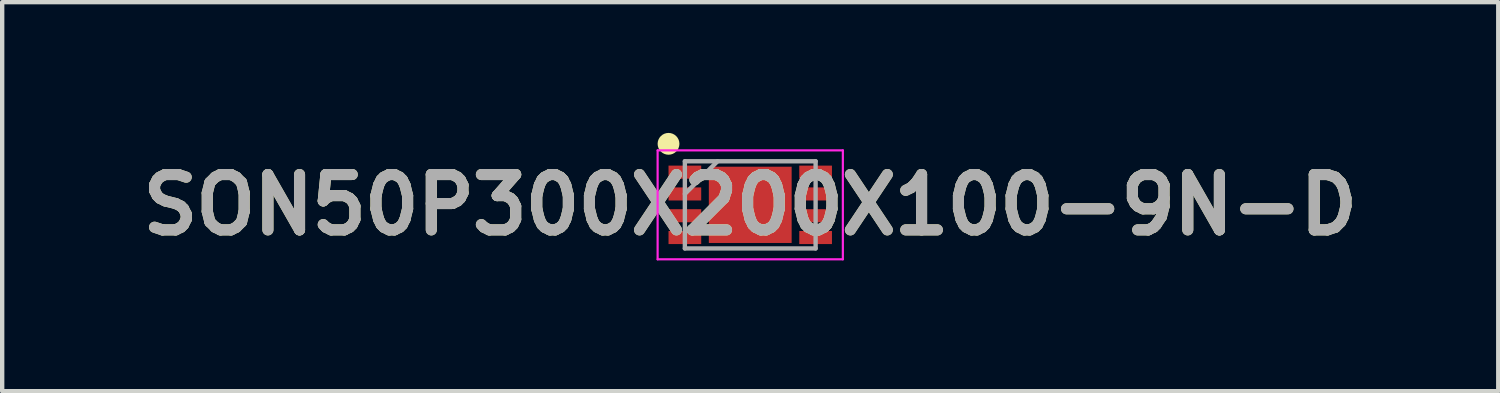
<source format=kicad_pcb>
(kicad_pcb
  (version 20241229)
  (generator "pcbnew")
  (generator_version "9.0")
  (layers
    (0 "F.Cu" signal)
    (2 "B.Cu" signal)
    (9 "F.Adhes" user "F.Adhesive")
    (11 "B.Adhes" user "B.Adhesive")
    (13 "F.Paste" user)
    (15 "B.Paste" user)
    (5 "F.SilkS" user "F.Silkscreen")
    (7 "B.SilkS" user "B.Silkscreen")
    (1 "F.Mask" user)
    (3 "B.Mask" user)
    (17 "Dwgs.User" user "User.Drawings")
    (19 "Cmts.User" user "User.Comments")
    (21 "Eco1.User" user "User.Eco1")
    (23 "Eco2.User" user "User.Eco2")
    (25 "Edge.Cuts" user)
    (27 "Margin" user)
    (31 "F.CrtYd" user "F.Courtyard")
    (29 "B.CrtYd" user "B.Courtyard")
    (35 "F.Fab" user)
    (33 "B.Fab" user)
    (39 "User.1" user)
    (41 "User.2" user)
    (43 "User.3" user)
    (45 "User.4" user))
  (footprint "SON50P300X200X100-9N-D"
    (layer "F.Cu")
    (at 14.164 1.65)
    (property "Reference" "SON50P300X200X100-9N-D" (at 0 0 0) (layer "F.SilkS") (effects (font (size 1.27 1.27) (thickness 0.254))))
    (attr smd)
    (fp_circle (center -1.875 -1.4) (end -1.875 -1.275) (stroke (width 0.25) (type solid)) (fill no) (layer "F.SilkS"))
    (fp_line (start -2.125 -1.25) (end 2.125 -1.25) (stroke (width 0.05) (type solid)) (layer "F.CrtYd"))
    (fp_line (start -2.125 1.25) (end -2.125 -1.25) (stroke (width 0.05) (type solid)) (layer "F.CrtYd"))
    (fp_line (start 2.125 -1.25) (end 2.125 1.25) (stroke (width 0.05) (type solid)) (layer "F.CrtYd"))
    (fp_line (start 2.125 1.25) (end -2.125 1.25) (stroke (width 0.05) (type solid)) (layer "F.CrtYd"))
    (fp_line (start -1.5 -1) (end 1.5 -1) (stroke (width 0.1) (type solid)) (layer "F.Fab"))
    (fp_line (start -1.5 -0.25) (end -0.75 -1) (stroke (width 0.1) (type solid)) (layer "F.Fab"))
    (fp_line (start -1.5 1) (end -1.5 -1) (stroke (width 0.1) (type solid)) (layer "F.Fab"))
    (fp_line (start 1.5 -1) (end 1.5 1) (stroke (width 0.1) (type solid)) (layer "F.Fab"))
    (fp_line (start 1.5 1) (end -1.5 1) (stroke (width 0.1) (type solid)) (layer "F.Fab"))
    (fp_text user "${REFERENCE}" (at 0 0 0) (layer "F.Fab") (effects (font (size 1.27 1.27) (thickness 0.254))))
    (pad "1" smd rect (at -1.5 -0.75 90) (size 0.3 0.75) (layers "F.Cu" "F.Mask" "F.Paste"))
    (pad "2" smd rect (at -1.5 -0.25 90) (size 0.3 0.75) (layers "F.Cu" "F.Mask" "F.Paste"))
    (pad "3" smd rect (at -1.5 0.25 90) (size 0.3 0.75) (layers "F.Cu" "F.Mask" "F.Paste"))
    (pad "4" smd rect (at -1.5 0.75 90) (size 0.3 0.75) (layers "F.Cu" "F.Mask" "F.Paste"))
    (pad "5" smd rect (at 1.5 0.75 90) (size 0.3 0.75) (layers "F.Cu" "F.Mask" "F.Paste"))
    (pad "6" smd rect (at 1.5 0.25 90) (size 0.3 0.75) (layers "F.Cu" "F.Mask" "F.Paste"))
    (pad "7" smd rect (at 1.5 -0.25 90) (size 0.3 0.75) (layers "F.Cu" "F.Mask" "F.Paste"))
    (pad "8" smd rect (at 1.5 -0.75 90) (size 0.3 0.75) (layers "F.Cu" "F.Mask" "F.Paste"))
    (pad "9" smd rect (at 0 0 90) (size 1.75 1.9) (layers "F.Cu" "F.Mask" "F.Paste")))
  (gr_rect
    (start -3 -3)
    (end 31.327 5.925)
    (stroke (width 0.1) (type default))
    (fill no)
    (layer "Edge.Cuts")))
</source>
